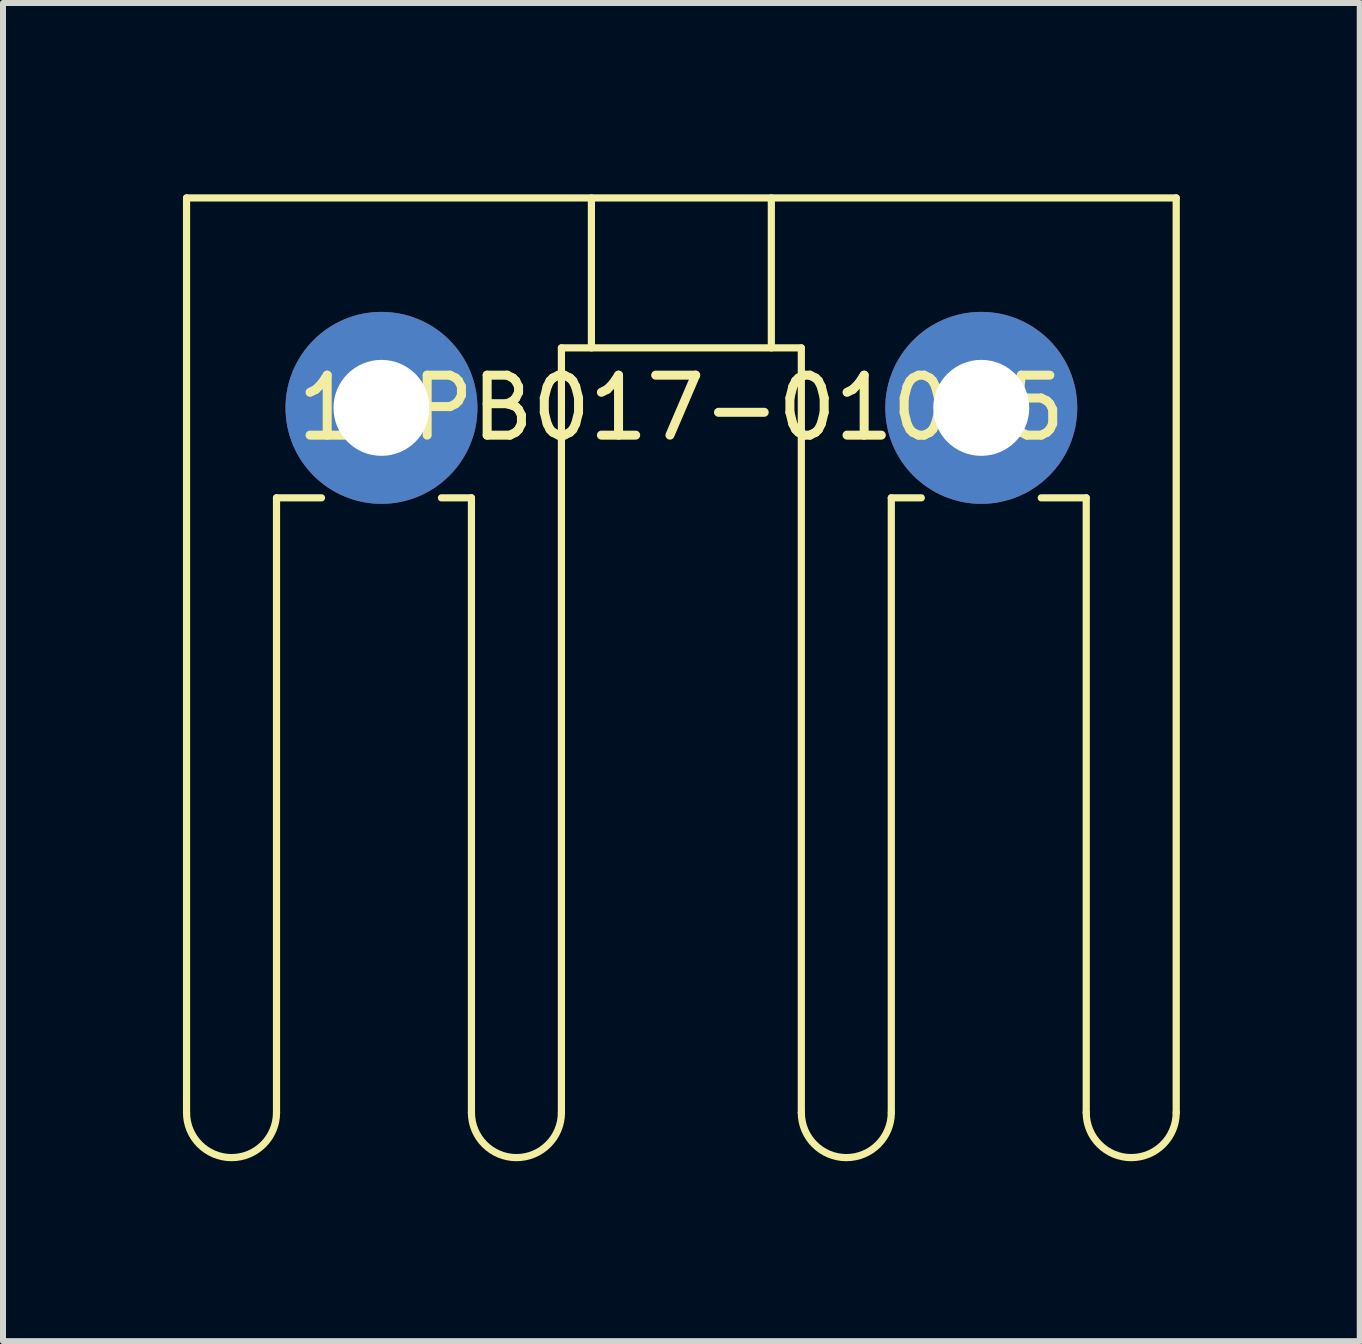
<source format=kicad_pcb>
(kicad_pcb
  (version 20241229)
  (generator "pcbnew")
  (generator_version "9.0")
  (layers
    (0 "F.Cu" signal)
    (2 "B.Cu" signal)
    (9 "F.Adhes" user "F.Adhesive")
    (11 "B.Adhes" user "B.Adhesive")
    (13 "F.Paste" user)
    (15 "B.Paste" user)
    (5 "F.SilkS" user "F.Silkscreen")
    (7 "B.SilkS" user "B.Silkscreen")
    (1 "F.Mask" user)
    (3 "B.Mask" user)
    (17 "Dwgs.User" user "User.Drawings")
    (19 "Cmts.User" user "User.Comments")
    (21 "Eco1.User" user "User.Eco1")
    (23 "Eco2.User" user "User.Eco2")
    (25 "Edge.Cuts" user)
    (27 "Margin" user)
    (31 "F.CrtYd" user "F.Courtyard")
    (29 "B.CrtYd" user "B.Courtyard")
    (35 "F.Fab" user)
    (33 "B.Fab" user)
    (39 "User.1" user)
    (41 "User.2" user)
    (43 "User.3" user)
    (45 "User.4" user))
  (footprint "16PB017-01025"
    (layer "F.Cu")
    (at 8.31 0.25)
    (property "Reference" "16PB017-01025" (at 0 3.5 0) (layer "F.SilkS") (effects (font (size 1 1) (thickness 0.15))))
    (attr through_hole)
    (fp_line (start -8.25 0) (end -8.25 15.25) (stroke (width 0.12) (type solid)) (layer "F.SilkS"))
    (fp_line (start -8.25 0) (end 8.25 0) (stroke (width 0.12) (type solid)) (layer "F.SilkS"))
    (fp_line (start -6.75 5) (end -6 5) (stroke (width 0.12) (type solid)) (layer "F.SilkS"))
    (fp_line (start -6.75 15.25) (end -6.75 5) (stroke (width 0.12) (type solid)) (layer "F.SilkS"))
    (fp_line (start -3.5 5) (end -4 5) (stroke (width 0.12) (type solid)) (layer "F.SilkS"))
    (fp_line (start -3.5 15.25) (end -3.5 5) (stroke (width 0.12) (type solid)) (layer "F.SilkS"))
    (fp_line (start -2 2.5) (end -2 15.25) (stroke (width 0.12) (type solid)) (layer "F.SilkS"))
    (fp_line (start -2 2.5) (end 2 2.5) (stroke (width 0.12) (type solid)) (layer "F.SilkS"))
    (fp_line (start -1.5 0) (end -1.5 2.5) (stroke (width 0.12) (type solid)) (layer "F.SilkS"))
    (fp_line (start 1.5 2.5) (end 1.5 0) (stroke (width 0.12) (type solid)) (layer "F.SilkS"))
    (fp_line (start 2 2.5) (end 2 15.25) (stroke (width 0.12) (type solid)) (layer "F.SilkS"))
    (fp_line (start 3.5 15.25) (end 3.5 5) (stroke (width 0.12) (type solid)) (layer "F.SilkS"))
    (fp_line (start 4 5) (end 3.5 5) (stroke (width 0.12) (type solid)) (layer "F.SilkS"))
    (fp_line (start 6.75 5) (end 6 5) (stroke (width 0.12) (type solid)) (layer "F.SilkS"))
    (fp_line (start 6.75 15.25) (end 6.75 5) (stroke (width 0.12) (type solid)) (layer "F.SilkS"))
    (fp_line (start 8.25 0) (end 8.25 15.25) (stroke (width 0.12) (type solid)) (layer "F.SilkS"))
    (fp_arc (start -6.75 15.25) (mid -7.5 16) (end -8.25 15.25) (stroke (width 0.12) (type solid)) (layer "F.SilkS"))
    (fp_arc (start -2 15.25) (mid -2.75 16) (end -3.5 15.25) (stroke (width 0.12) (type solid)) (layer "F.SilkS"))
    (fp_arc (start 3.5 15.25) (mid 2.75 16) (end 2 15.25) (stroke (width 0.12) (type solid)) (layer "F.SilkS"))
    (fp_arc (start 8.25 15.25) (mid 7.5 16) (end 6.75 15.25) (stroke (width 0.12) (type solid)) (layer "F.SilkS"))
    (pad "1" thru_hole oval (at -5 3.5) (size 3.2 3.2) (drill 1.6) (layers "*.Cu" "*.Mask"))
    (pad "1" thru_hole oval (at 5 3.5) (size 3.2 3.2) (drill 1.6) (layers "*.Cu" "*.Mask")))
  (gr_rect
    (start -3 -3)
    (end 19.62 19.31)
    (stroke (width 0.1) (type default))
    (fill no)
    (layer "Edge.Cuts")))
</source>
